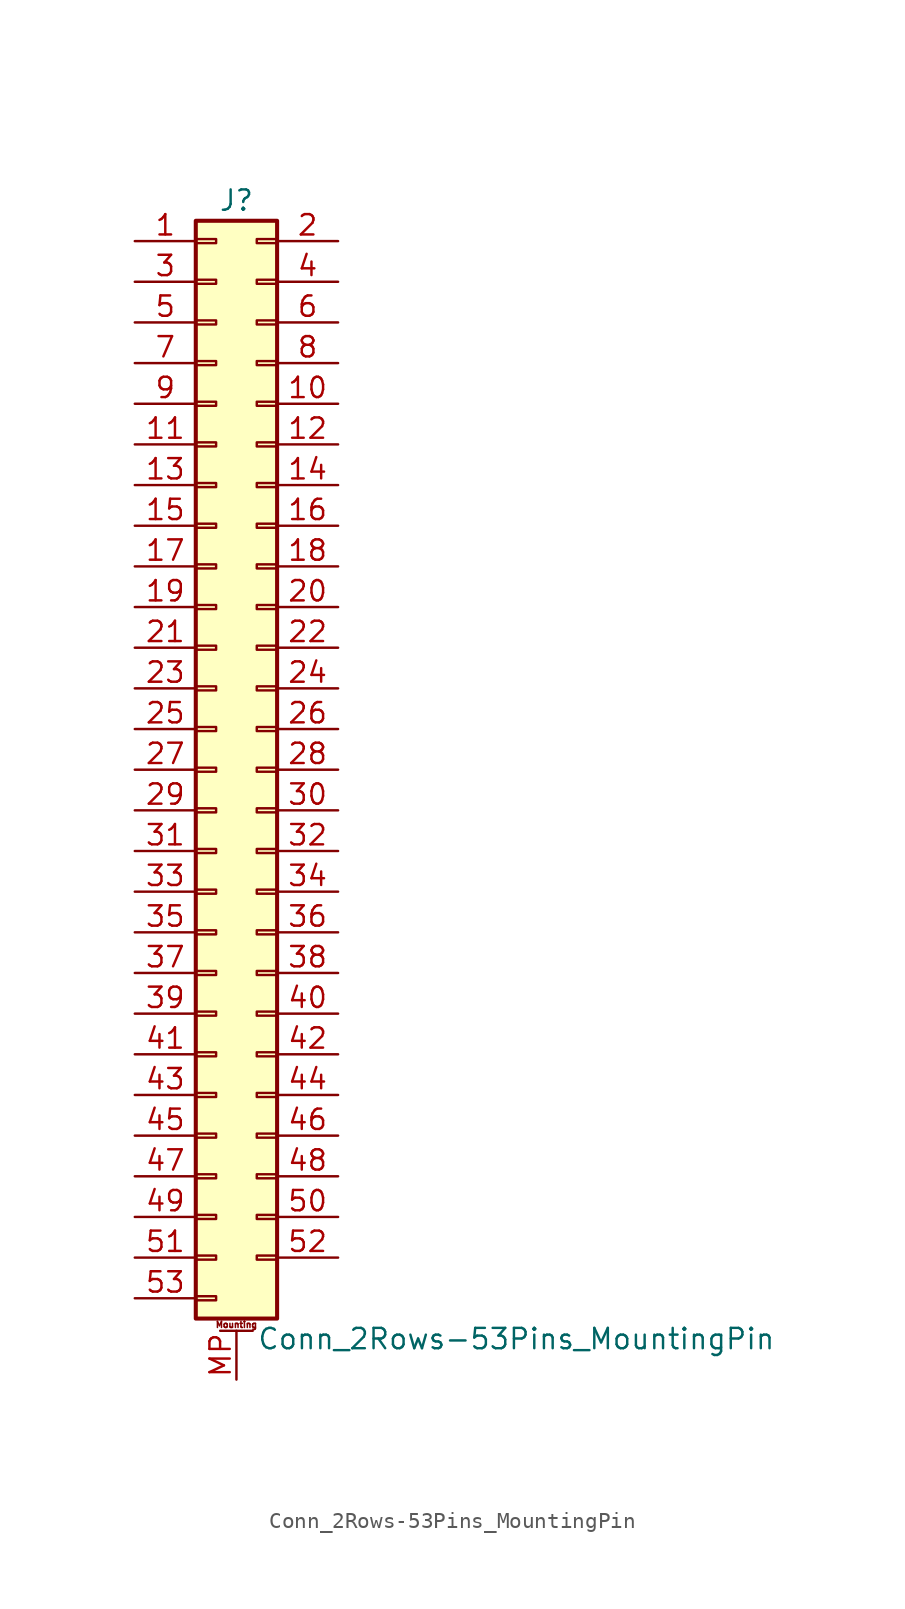
<source format=kicad_sym>
(kicad_symbol_lib
  (version 20201005)
  (generator kicad_symbol_editor)
  (symbol "Connector_Generic_MountingPin:Conn_2Rows-53Pins_MountingPin"
    (pin_names
      (offset 1.016) hide)
    (property "Reference" "J"
      (at 1.27 35.56 0)
      (effects (font (size 1.27 1.27))))
    (property "Value" "Conn_2Rows-53Pins_MountingPin"
      (at 2.54 -35.56 0)
      (effects (font (size 1.27 1.27)) (justify left)))
    (symbol "Conn_2Rows-53Pins_MountingPin_1_1"
      (text "Mounting" (at 1.27 -34.671 0) (effects (font (size 0.381 0.381))))
      (rectangle (start -1.27 -27.813) (end 0 -28.067) (stroke (width 0.152)) (fill (type none)))
      (rectangle (start -1.27 -30.353) (end 0 -30.607) (stroke (width 0.152)) (fill (type none)))
      (rectangle (start -1.27 -32.893) (end 0 -33.147) (stroke (width 0.152)) (fill (type none)))
      (rectangle (start -1.27 -4.953) (end 0 -5.207) (stroke (width 0.152)) (fill (type none)))
      (rectangle (start -1.27 -7.493) (end 0 -7.747) (stroke (width 0.152)) (fill (type none)))
      (rectangle (start -1.27 -10.033) (end 0 -10.287) (stroke (width 0.152)) (fill (type none)))
      (rectangle (start -1.27 -12.573) (end 0 -12.827) (stroke (width 0.152)) (fill (type none)))
      (rectangle (start -1.27 -15.113) (end 0 -15.367) (stroke (width 0.152)) (fill (type none)))
      (rectangle (start -1.27 -17.653) (end 0 -17.907) (stroke (width 0.152)) (fill (type none)))
      (rectangle (start -1.27 -20.193) (end 0 -20.447) (stroke (width 0.152)) (fill (type none)))
      (rectangle (start -1.27 -22.733) (end 0 -22.987) (stroke (width 0.152)) (fill (type none)))
      (rectangle (start -1.27 -2.413) (end 0 -2.667) (stroke (width 0.152)) (fill (type none)))
      (rectangle (start -1.27 -25.273) (end 0 -25.527) (stroke (width 0.152)) (fill (type none)))
      (rectangle (start -1.27 25.527) (end 0 25.273) (stroke (width 0.152)) (fill (type none)))
      (rectangle (start -1.27 2.667) (end 0 2.413) (stroke (width 0.152)) (fill (type none)))
      (rectangle (start -1.27 28.067) (end 0 27.813) (stroke (width 0.152)) (fill (type none)))
      (rectangle (start -1.27 30.607) (end 0 30.353) (stroke (width 0.152)) (fill (type none)))
      (rectangle (start -1.27 33.147) (end 0 32.893) (stroke (width 0.152)) (fill (type none)))
      (rectangle (start -1.27 34.29) (end 3.81 -34.29) (stroke (width 0.254)) (fill (type background)))
      (rectangle (start -1.27 5.207) (end 0 4.953) (stroke (width 0.152)) (fill (type none)))
      (rectangle (start -1.27 7.747) (end 0 7.493) (stroke (width 0.152)) (fill (type none)))
      (rectangle (start -1.27 10.287) (end 0 10.033) (stroke (width 0.152)) (fill (type none)))
      (rectangle (start -1.27 0.127) (end 0 -0.127) (stroke (width 0.152)) (fill (type none)))
      (rectangle (start -1.27 12.827) (end 0 12.573) (stroke (width 0.152)) (fill (type none)))
      (rectangle (start -1.27 15.367) (end 0 15.113) (stroke (width 0.152)) (fill (type none)))
      (rectangle (start -1.27 17.907) (end 0 17.653) (stroke (width 0.152)) (fill (type none)))
      (rectangle (start -1.27 20.447) (end 0 20.193) (stroke (width 0.152)) (fill (type none)))
      (rectangle (start -1.27 22.987) (end 0 22.733) (stroke (width 0.152)) (fill (type none)))
      (rectangle (start 3.81 -27.813) (end 2.54 -28.067) (stroke (width 0.152)) (fill (type none)))
      (rectangle (start 3.81 -30.353) (end 2.54 -30.607) (stroke (width 0.152)) (fill (type none)))
      (rectangle (start 3.81 -4.953) (end 2.54 -5.207) (stroke (width 0.152)) (fill (type none)))
      (rectangle (start 3.81 -7.493) (end 2.54 -7.747) (stroke (width 0.152)) (fill (type none)))
      (rectangle (start 3.81 -10.033) (end 2.54 -10.287) (stroke (width 0.152)) (fill (type none)))
      (rectangle (start 3.81 -12.573) (end 2.54 -12.827) (stroke (width 0.152)) (fill (type none)))
      (rectangle (start 3.81 -15.113) (end 2.54 -15.367) (stroke (width 0.152)) (fill (type none)))
      (rectangle (start 3.81 -17.653) (end 2.54 -17.907) (stroke (width 0.152)) (fill (type none)))
      (rectangle (start 3.81 -20.193) (end 2.54 -20.447) (stroke (width 0.152)) (fill (type none)))
      (rectangle (start 3.81 -22.733) (end 2.54 -22.987) (stroke (width 0.152)) (fill (type none)))
      (rectangle (start 3.81 -2.413) (end 2.54 -2.667) (stroke (width 0.152)) (fill (type none)))
      (rectangle (start 3.81 -25.273) (end 2.54 -25.527) (stroke (width 0.152)) (fill (type none)))
      (rectangle (start 3.81 25.527) (end 2.54 25.273) (stroke (width 0.152)) (fill (type none)))
      (rectangle (start 3.81 2.667) (end 2.54 2.413) (stroke (width 0.152)) (fill (type none)))
      (rectangle (start 3.81 28.067) (end 2.54 27.813) (stroke (width 0.152)) (fill (type none)))
      (rectangle (start 3.81 30.607) (end 2.54 30.353) (stroke (width 0.152)) (fill (type none)))
      (rectangle (start 3.81 33.147) (end 2.54 32.893) (stroke (width 0.152)) (fill (type none)))
      (rectangle (start 3.81 5.207) (end 2.54 4.953) (stroke (width 0.152)) (fill (type none)))
      (rectangle (start 3.81 7.747) (end 2.54 7.493) (stroke (width 0.152)) (fill (type none)))
      (rectangle (start 3.81 10.287) (end 2.54 10.033) (stroke (width 0.152)) (fill (type none)))
      (rectangle (start 3.81 0.127) (end 2.54 -0.127) (stroke (width 0.152)) (fill (type none)))
      (rectangle (start 3.81 12.827) (end 2.54 12.573) (stroke (width 0.152)) (fill (type none)))
      (rectangle (start 3.81 15.367) (end 2.54 15.113) (stroke (width 0.152)) (fill (type none)))
      (rectangle (start 3.81 17.907) (end 2.54 17.653) (stroke (width 0.152)) (fill (type none)))
      (rectangle (start 3.81 20.447) (end 2.54 20.193) (stroke (width 0.152)) (fill (type none)))
      (rectangle (start 3.81 22.987) (end 2.54 22.733) (stroke (width 0.152)) (fill (type none)))
      (polyline (pts (xy 0.254 -35.052) (xy 2.286 -35.052)) (stroke (width 0.152)) (fill (type none)))
      (pin passive line (at 1.27 -38.1 90) (length 3.048) (name "MountPin" (effects (font (size 1.27 1.27)))) (number "MP" (effects (font (size 1.27 1.27)))))
      (pin passive line (at -5.08 33.02 0) (length 3.81) (name "Pin_1" (effects (font (size 1.27 1.27)))) (number "1" (effects (font (size 1.27 1.27)))))
      (pin passive line (at 7.62 22.86 180) (length 3.81) (name "Pin_10" (effects (font (size 1.27 1.27)))) (number "10" (effects (font (size 1.27 1.27)))))
      (pin passive line (at -5.08 20.32 0) (length 3.81) (name "Pin_11" (effects (font (size 1.27 1.27)))) (number "11" (effects (font (size 1.27 1.27)))))
      (pin passive line (at 7.62 20.32 180) (length 3.81) (name "Pin_12" (effects (font (size 1.27 1.27)))) (number "12" (effects (font (size 1.27 1.27)))))
      (pin passive line (at -5.08 17.78 0) (length 3.81) (name "Pin_13" (effects (font (size 1.27 1.27)))) (number "13" (effects (font (size 1.27 1.27)))))
      (pin passive line (at 7.62 17.78 180) (length 3.81) (name "Pin_14" (effects (font (size 1.27 1.27)))) (number "14" (effects (font (size 1.27 1.27)))))
      (pin passive line (at -5.08 15.24 0) (length 3.81) (name "Pin_15" (effects (font (size 1.27 1.27)))) (number "15" (effects (font (size 1.27 1.27)))))
      (pin passive line (at 7.62 15.24 180) (length 3.81) (name "Pin_16" (effects (font (size 1.27 1.27)))) (number "16" (effects (font (size 1.27 1.27)))))
      (pin passive line (at -5.08 12.7 0) (length 3.81) (name "Pin_17" (effects (font (size 1.27 1.27)))) (number "17" (effects (font (size 1.27 1.27)))))
      (pin passive line (at 7.62 12.7 180) (length 3.81) (name "Pin_18" (effects (font (size 1.27 1.27)))) (number "18" (effects (font (size 1.27 1.27)))))
      (pin passive line (at -5.08 10.16 0) (length 3.81) (name "Pin_19" (effects (font (size 1.27 1.27)))) (number "19" (effects (font (size 1.27 1.27)))))
      (pin passive line (at 7.62 33.02 180) (length 3.81) (name "Pin_2" (effects (font (size 1.27 1.27)))) (number "2" (effects (font (size 1.27 1.27)))))
      (pin passive line (at 7.62 10.16 180) (length 3.81) (name "Pin_20" (effects (font (size 1.27 1.27)))) (number "20" (effects (font (size 1.27 1.27)))))
      (pin passive line (at -5.08 7.62 0) (length 3.81) (name "Pin_21" (effects (font (size 1.27 1.27)))) (number "21" (effects (font (size 1.27 1.27)))))
      (pin passive line (at 7.62 7.62 180) (length 3.81) (name "Pin_22" (effects (font (size 1.27 1.27)))) (number "22" (effects (font (size 1.27 1.27)))))
      (pin passive line (at -5.08 5.08 0) (length 3.81) (name "Pin_23" (effects (font (size 1.27 1.27)))) (number "23" (effects (font (size 1.27 1.27)))))
      (pin passive line (at 7.62 5.08 180) (length 3.81) (name "Pin_24" (effects (font (size 1.27 1.27)))) (number "24" (effects (font (size 1.27 1.27)))))
      (pin passive line (at -5.08 2.54 0) (length 3.81) (name "Pin_25" (effects (font (size 1.27 1.27)))) (number "25" (effects (font (size 1.27 1.27)))))
      (pin passive line (at 7.62 2.54 180) (length 3.81) (name "Pin_26" (effects (font (size 1.27 1.27)))) (number "26" (effects (font (size 1.27 1.27)))))
      (pin passive line (at -5.08 0 0) (length 3.81) (name "Pin_27" (effects (font (size 1.27 1.27)))) (number "27" (effects (font (size 1.27 1.27)))))
      (pin passive line (at 7.62 0 180) (length 3.81) (name "Pin_28" (effects (font (size 1.27 1.27)))) (number "28" (effects (font (size 1.27 1.27)))))
      (pin passive line (at -5.08 -2.54 0) (length 3.81) (name "Pin_29" (effects (font (size 1.27 1.27)))) (number "29" (effects (font (size 1.27 1.27)))))
      (pin passive line (at -5.08 30.48 0) (length 3.81) (name "Pin_3" (effects (font (size 1.27 1.27)))) (number "3" (effects (font (size 1.27 1.27)))))
      (pin passive line (at 7.62 -2.54 180) (length 3.81) (name "Pin_30" (effects (font (size 1.27 1.27)))) (number "30" (effects (font (size 1.27 1.27)))))
      (pin passive line (at -5.08 -5.08 0) (length 3.81) (name "Pin_31" (effects (font (size 1.27 1.27)))) (number "31" (effects (font (size 1.27 1.27)))))
      (pin passive line (at 7.62 -5.08 180) (length 3.81) (name "Pin_32" (effects (font (size 1.27 1.27)))) (number "32" (effects (font (size 1.27 1.27)))))
      (pin passive line (at -5.08 -7.62 0) (length 3.81) (name "Pin_33" (effects (font (size 1.27 1.27)))) (number "33" (effects (font (size 1.27 1.27)))))
      (pin passive line (at 7.62 -7.62 180) (length 3.81) (name "Pin_34" (effects (font (size 1.27 1.27)))) (number "34" (effects (font (size 1.27 1.27)))))
      (pin passive line (at -5.08 -10.16 0) (length 3.81) (name "Pin_35" (effects (font (size 1.27 1.27)))) (number "35" (effects (font (size 1.27 1.27)))))
      (pin passive line (at 7.62 -10.16 180) (length 3.81) (name "Pin_36" (effects (font (size 1.27 1.27)))) (number "36" (effects (font (size 1.27 1.27)))))
      (pin passive line (at -5.08 -12.7 0) (length 3.81) (name "Pin_37" (effects (font (size 1.27 1.27)))) (number "37" (effects (font (size 1.27 1.27)))))
      (pin passive line (at 7.62 -12.7 180) (length 3.81) (name "Pin_38" (effects (font (size 1.27 1.27)))) (number "38" (effects (font (size 1.27 1.27)))))
      (pin passive line (at -5.08 -15.24 0) (length 3.81) (name "Pin_39" (effects (font (size 1.27 1.27)))) (number "39" (effects (font (size 1.27 1.27)))))
      (pin passive line (at 7.62 30.48 180) (length 3.81) (name "Pin_4" (effects (font (size 1.27 1.27)))) (number "4" (effects (font (size 1.27 1.27)))))
      (pin passive line (at 7.62 -15.24 180) (length 3.81) (name "Pin_40" (effects (font (size 1.27 1.27)))) (number "40" (effects (font (size 1.27 1.27)))))
      (pin passive line (at -5.08 -17.78 0) (length 3.81) (name "Pin_41" (effects (font (size 1.27 1.27)))) (number "41" (effects (font (size 1.27 1.27)))))
      (pin passive line (at 7.62 -17.78 180) (length 3.81) (name "Pin_42" (effects (font (size 1.27 1.27)))) (number "42" (effects (font (size 1.27 1.27)))))
      (pin passive line (at -5.08 -20.32 0) (length 3.81) (name "Pin_43" (effects (font (size 1.27 1.27)))) (number "43" (effects (font (size 1.27 1.27)))))
      (pin passive line (at 7.62 -20.32 180) (length 3.81) (name "Pin_44" (effects (font (size 1.27 1.27)))) (number "44" (effects (font (size 1.27 1.27)))))
      (pin passive line (at -5.08 -22.86 0) (length 3.81) (name "Pin_45" (effects (font (size 1.27 1.27)))) (number "45" (effects (font (size 1.27 1.27)))))
      (pin passive line (at 7.62 -22.86 180) (length 3.81) (name "Pin_46" (effects (font (size 1.27 1.27)))) (number "46" (effects (font (size 1.27 1.27)))))
      (pin passive line (at -5.08 -25.4 0) (length 3.81) (name "Pin_47" (effects (font (size 1.27 1.27)))) (number "47" (effects (font (size 1.27 1.27)))))
      (pin passive line (at 7.62 -25.4 180) (length 3.81) (name "Pin_48" (effects (font (size 1.27 1.27)))) (number "48" (effects (font (size 1.27 1.27)))))
      (pin passive line (at -5.08 -27.94 0) (length 3.81) (name "Pin_49" (effects (font (size 1.27 1.27)))) (number "49" (effects (font (size 1.27 1.27)))))
      (pin passive line (at -5.08 27.94 0) (length 3.81) (name "Pin_5" (effects (font (size 1.27 1.27)))) (number "5" (effects (font (size 1.27 1.27)))))
      (pin passive line (at 7.62 -27.94 180) (length 3.81) (name "Pin_50" (effects (font (size 1.27 1.27)))) (number "50" (effects (font (size 1.27 1.27)))))
      (pin passive line (at -5.08 -30.48 0) (length 3.81) (name "Pin_51" (effects (font (size 1.27 1.27)))) (number "51" (effects (font (size 1.27 1.27)))))
      (pin passive line (at 7.62 -30.48 180) (length 3.81) (name "Pin_52" (effects (font (size 1.27 1.27)))) (number "52" (effects (font (size 1.27 1.27)))))
      (pin passive line (at -5.08 -33.02 0) (length 3.81) (name "Pin_53" (effects (font (size 1.27 1.27)))) (number "53" (effects (font (size 1.27 1.27)))))
      (pin passive line (at 7.62 27.94 180) (length 3.81) (name "Pin_6" (effects (font (size 1.27 1.27)))) (number "6" (effects (font (size 1.27 1.27)))))
      (pin passive line (at -5.08 25.4 0) (length 3.81) (name "Pin_7" (effects (font (size 1.27 1.27)))) (number "7" (effects (font (size 1.27 1.27)))))
      (pin passive line (at 7.62 25.4 180) (length 3.81) (name "Pin_8" (effects (font (size 1.27 1.27)))) (number "8" (effects (font (size 1.27 1.27)))))
      (pin passive line (at -5.08 22.86 0) (length 3.81) (name "Pin_9" (effects (font (size 1.27 1.27)))) (number "9" (effects (font (size 1.27 1.27))))))))
</source>
